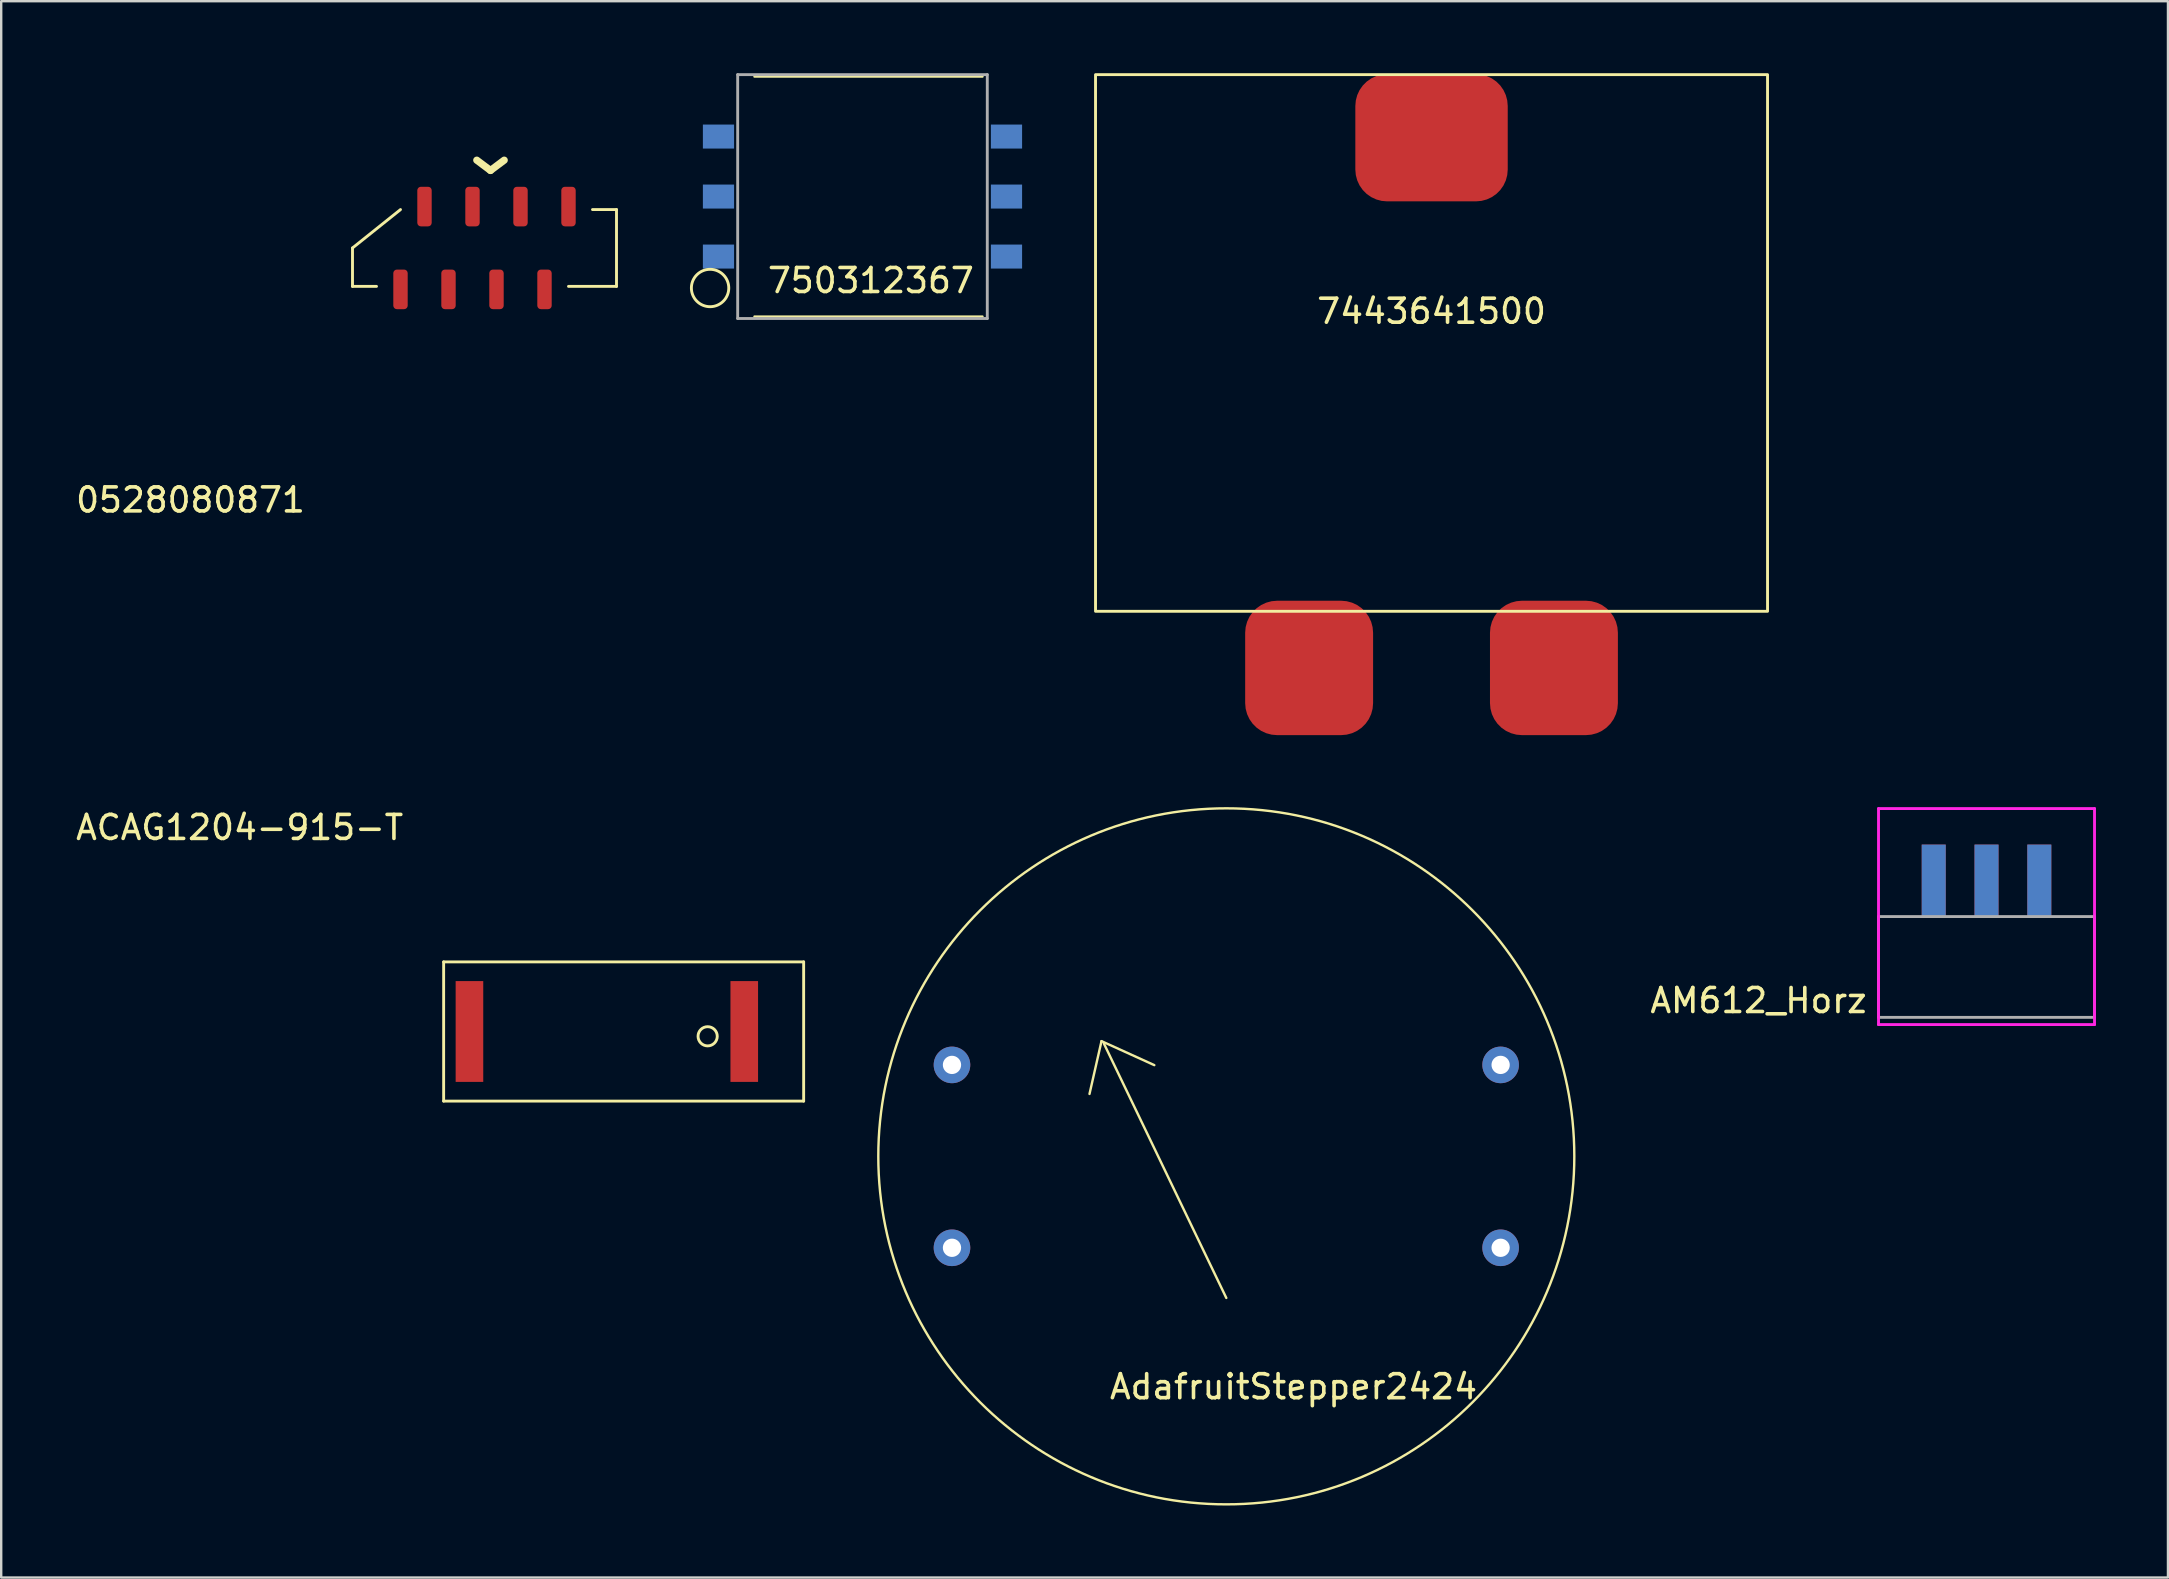
<source format=kicad_pcb>
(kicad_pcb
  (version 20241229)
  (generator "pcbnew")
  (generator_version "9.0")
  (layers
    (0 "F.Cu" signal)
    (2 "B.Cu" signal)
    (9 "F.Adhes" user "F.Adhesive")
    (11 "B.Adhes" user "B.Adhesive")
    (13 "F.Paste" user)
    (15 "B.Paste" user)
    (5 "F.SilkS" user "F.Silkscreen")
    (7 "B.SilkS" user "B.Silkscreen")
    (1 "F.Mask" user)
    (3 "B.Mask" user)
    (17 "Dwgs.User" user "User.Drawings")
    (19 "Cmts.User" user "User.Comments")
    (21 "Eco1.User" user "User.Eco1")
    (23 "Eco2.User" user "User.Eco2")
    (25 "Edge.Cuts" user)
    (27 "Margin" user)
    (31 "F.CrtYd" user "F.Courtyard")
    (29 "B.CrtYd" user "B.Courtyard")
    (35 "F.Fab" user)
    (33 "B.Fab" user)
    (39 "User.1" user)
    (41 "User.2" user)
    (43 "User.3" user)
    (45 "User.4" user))
  (footprint "AM612_Horz"
    (layer "F.Cu")
    (at 79.72 35.14)
    (property "Reference" "AM612_Horz" (at -9.5 3.5 0) (layer "F.SilkS") (effects (font (size 1 1) (thickness 0.15))))
    (attr through_hole)
    (fp_line (start -4.5 -4.5) (end 4.5 -4.5) (stroke (width 0.12) (type solid)) (layer "F.CrtYd"))
    (fp_line (start -4.5 4.5) (end -4.5 -4.5) (stroke (width 0.12) (type solid)) (layer "F.CrtYd"))
    (fp_line (start 4.5 -4.5) (end 4.5 4.5) (stroke (width 0.12) (type solid)) (layer "F.CrtYd"))
    (fp_line (start 4.5 4.5) (end -4.5 4.5) (stroke (width 0.12) (type solid)) (layer "F.CrtYd"))
    (fp_line (start -4.5 0) (end 4.5 0) (stroke (width 0.12) (type solid)) (layer "F.Fab"))
    (fp_line (start -4.5 4.2) (end -4.5 0) (stroke (width 0.12) (type solid)) (layer "F.Fab"))
    (fp_line (start 4.5 0) (end 4.5 4.2) (stroke (width 0.12) (type solid)) (layer "F.Fab"))
    (fp_line (start 4.5 4.2) (end -4.5 4.2) (stroke (width 0.12) (type solid)) (layer "F.Fab"))
    (pad "1" smd rect (at -2.2 -1.5) (size 1 3) (layers "F.Cu" "F.Mask" "F.Paste"))
    (pad "2" smd rect (at 0 -1.5) (size 1 3) (layers "F.Cu" "F.Mask" "F.Paste"))
    (pad "3" smd rect (at 2.2 -1.5) (size 1 3) (layers "F.Cu" "F.Mask" "F.Paste"))
    (pad "4" smd rect (at 2.2 -1.5) (size 1 3) (layers "B.Cu" "B.Mask" "B.Paste"))
    (pad "5" smd rect (at 0 -1.5) (size 1 3) (layers "B.Cu" "B.Mask" "B.Paste"))
    (pad "6" smd rect (at -2.2 -1.5) (size 1 3) (layers "B.Cu" "B.Mask" "B.Paste")))
  (footprint "AdafruitStepper2424"
    (layer "F.Cu")
    (at 48.045 51.13)
    (property "Reference" "AdafruitStepper2424" (at 2.8 3.6 0) (layer "F.SilkS") (effects (font (size 1 1) (thickness 0.15))))
    (attr through_hole)
    (fp_line (start -5.7 -8.6) (end -5.2 -10.8) (stroke (width 0.1) (type solid)) (layer "F.SilkS"))
    (fp_line (start -5.2 -10.8) (end -3 -9.8) (stroke (width 0.1) (type solid)) (layer "F.SilkS"))
    (fp_line (start 0 -0.1) (end -5.1 -10.7) (stroke (width 0.1) (type solid)) (layer "F.SilkS"))
    (fp_circle (center 0 -6) (end 14.5 -6) (stroke (width 0.1) (type solid)) (fill no) (layer "F.SilkS"))
    (fp_circle (center -8.98 -15) (end -7.68 -15) (stroke (width 0.1) (type solid)) (fill no) (layer "Eco1.User"))
    (fp_circle (center 0 4) (end 2 4) (stroke (width 0.1) (type solid)) (fill no) (layer "Eco1.User"))
    (pad "1" thru_hole circle (at -11.43 -9.81) (size 1.524 1.524) (drill 0.762) (layers "*.Cu" "*.Mask"))
    (pad "2" thru_hole circle (at -11.43 -2.19) (size 1.524 1.524) (drill 0.762) (layers "*.Cu" "*.Mask"))
    (pad "3" thru_hole circle (at 11.43 -9.81) (size 1.524 1.524) (drill 0.762) (layers "*.Cu" "*.Mask"))
    (pad "4" thru_hole circle (at 11.43 -2.19) (size 1.524 1.524) (drill 0.762) (layers "*.Cu" "*.Mask")))
  (footprint "7443641500"
    (layer "F.Cu")
    (at 56.596 10.42)
    (property "Reference" "7443641500" (at 0 -0.5 0) (unlocked yes) (layer "F.SilkS") (effects (font (size 1 1) (thickness 0.15))))
    (attr smd)
    (fp_rect (start -14 -10.36) (end 14 12) (stroke (width 0.12) (type solid)) (fill no) (layer "F.SilkS"))
    (pad "0" smd roundrect (at 0 -7.73) (size 6.35 5.3) (layers "F.Cu" "F.Mask" "F.Paste") (roundrect_rratio 0.25))
    (pad "1" smd roundrect (at -5.1 14.36) (size 5.33 5.6) (layers "F.Cu" "F.Mask" "F.Paste") (roundrect_rratio 0.25))
    (pad "2" smd roundrect (at 5.1 14.36) (size 5.33 5.6) (layers "F.Cu" "F.Mask" "F.Paste") (roundrect_rratio 0.25)))
  (footprint "750312367"
    (layer "F.Cu")
    (at 32.886 5.14)
    (property "Reference" "750312367" (at 0.35 3.5 0) (layer "F.SilkS") (effects (font (size 1 1) (thickness 0.15))))
    (attr through_hole)
    (fp_line (start -4.5 -5) (end 5 -5) (stroke (width 0.1) (type solid)) (layer "F.SilkS"))
    (fp_line (start -4.5 5) (end 5 5) (stroke (width 0.1) (type solid)) (layer "F.SilkS"))
    (fp_circle (center -6.35 3.81) (end -5.6 3.6) (stroke (width 0.12) (type solid)) (fill no) (layer "F.SilkS"))
    (fp_line (start -5.2 -5.08) (end 5.2 -5.08) (stroke (width 0.12) (type solid)) (layer "F.Fab"))
    (fp_line (start -5.2 5.08) (end -5.2 -5.08) (stroke (width 0.12) (type solid)) (layer "F.Fab"))
    (fp_line (start 5.2 -5.08) (end 5.2 5.08) (stroke (width 0.12) (type solid)) (layer "F.Fab"))
    (fp_line (start 5.2 5.08) (end -5.2 5.08) (stroke (width 0.12) (type solid)) (layer "F.Fab"))
    (pad "1" smd rect (at -6 2.5) (size 1.3 1) (layers "B.Cu" "B.Mask" "B.Paste"))
    (pad "2" smd rect (at -6 0) (size 1.3 1) (layers "B.Cu" "B.Mask" "B.Paste"))
    (pad "3" smd rect (at -6 -2.5) (size 1.3 1) (layers "B.Cu" "B.Mask" "B.Paste"))
    (pad "4" smd rect (at 6 -2.5) (size 1.3 1) (layers "B.Cu" "B.Mask" "B.Paste"))
    (pad "5" smd rect (at 6 0) (size 1.3 1) (layers "B.Cu" "B.Mask" "B.Paste"))
    (pad "6" smd rect (at 6 2.5) (size 1.3 1) (layers "B.Cu" "B.Mask" "B.Paste")))
  (footprint "0528080871"
    (layer "F.Cu")
    (at 11.637 7.282)
    (property "Reference" "0528080871" (at -6.75 10.5 0) (unlocked yes) (layer "F.SilkS") (effects (font (size 1 1) (thickness 0.15))))
    (attr smd)
    (fp_line (start 0 0) (end 2 -1.6) (stroke (width 0.12) (type solid)) (layer "F.SilkS"))
    (fp_line (start 0 1.6) (end 0 0) (stroke (width 0.12) (type solid)) (layer "F.SilkS"))
    (fp_line (start 1 1.6) (end 0 1.6) (stroke (width 0.12) (type solid)) (layer "F.SilkS"))
    (fp_line (start 11 -1.6) (end 10 -1.6) (stroke (width 0.12) (type solid)) (layer "F.SilkS"))
    (fp_line (start 11 -1.6) (end 11 1.6) (stroke (width 0.12) (type solid)) (layer "F.SilkS"))
    (fp_line (start 11 1.6) (end 9 1.6) (stroke (width 0.12) (type solid)) (layer "F.SilkS"))
    (fp_text user "^" (at 5.75 -5 180) (unlocked yes) (layer "F.SilkS") (effects (font (size 3 3) (thickness 0.3))))
    (pad "1" smd roundrect (at 2 1.725) (size 0.6 1.65) (layers "F.Cu" "F.Mask" "F.Paste") (roundrect_rratio 0.25))
    (pad "2" smd roundrect (at 3 -1.725) (size 0.6 1.65) (layers "F.Cu" "F.Mask" "F.Paste") (roundrect_rratio 0.25))
    (pad "3" smd roundrect (at 4 1.725) (size 0.6 1.65) (layers "F.Cu" "F.Mask" "F.Paste") (roundrect_rratio 0.25))
    (pad "4" smd roundrect (at 5 -1.725) (size 0.6 1.65) (layers "F.Cu" "F.Mask" "F.Paste") (roundrect_rratio 0.25))
    (pad "5" smd roundrect (at 6 1.725) (size 0.6 1.65) (layers "F.Cu" "F.Mask" "F.Paste") (roundrect_rratio 0.25))
    (pad "6" smd roundrect (at 7 -1.725) (size 0.6 1.65) (layers "F.Cu" "F.Mask" "F.Paste") (roundrect_rratio 0.25))
    (pad "7" smd roundrect (at 8 1.725) (size 0.6 1.65) (layers "F.Cu" "F.Mask" "F.Paste") (roundrect_rratio 0.25))
    (pad "8" smd roundrect (at 9 -1.725) (size 0.6 1.65) (layers "F.Cu" "F.Mask" "F.Paste") (roundrect_rratio 0.25)))
  (footprint "ACAG1204-915-T"
    (layer "F.Cu")
    (at 15.435 37.028)
    (property "Reference" "ACAG1204-915-T" (at -8.5 -5.6 0) (layer "F.SilkS") (effects (font (size 1 1) (thickness 0.15))))
    (attr through_hole)
    (fp_line (start 0 0) (end 15 0) (stroke (width 0.12) (type solid)) (layer "F.SilkS"))
    (fp_line (start 0 5.8) (end 0 0) (stroke (width 0.12) (type solid)) (layer "F.SilkS"))
    (fp_line (start 15 0) (end 15 5.8) (stroke (width 0.12) (type solid)) (layer "F.SilkS"))
    (fp_line (start 15 5.8) (end 0 5.8) (stroke (width 0.12) (type solid)) (layer "F.SilkS"))
    (fp_circle (center 11 3.1) (end 11.4 3.1) (stroke (width 0.12) (type solid)) (fill no) (layer "F.SilkS"))
    (pad "1" smd rect (at 12.525 2.9) (size 1.15 4.2) (layers "F.Cu" "F.Mask" "F.Paste"))
    (pad "NC" smd rect (at 1.075 2.9) (size 1.15 4.2) (layers "F.Cu" "F.Mask" "F.Paste")))
  (gr_rect
    (start -3 -3)
    (end 87.28 62.68)
    (stroke (width 0.1) (type default))
    (fill no)
    (layer "Edge.Cuts")))
</source>
